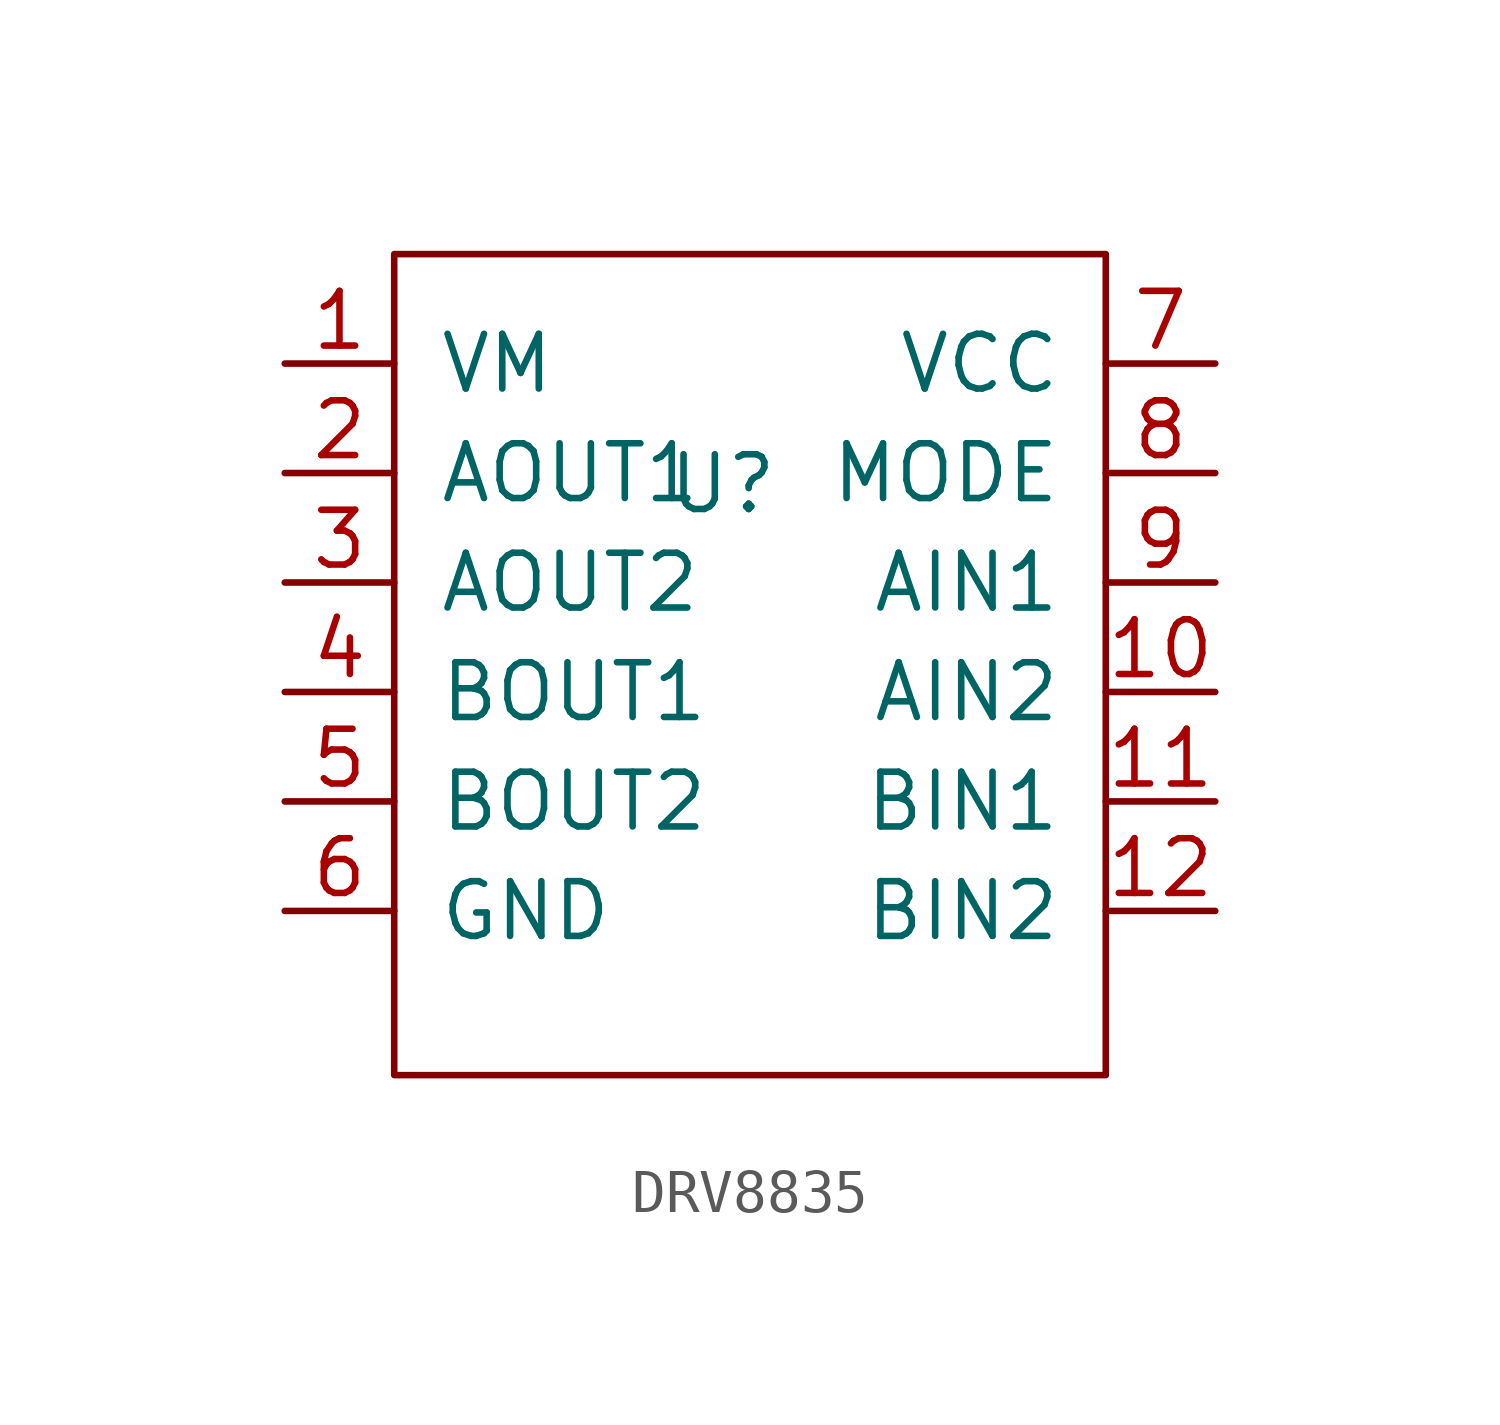
<source format=kicad_sym>
(kicad_symbol_lib
  (version 20231120)
  (generator "kicad_symbol_editor")
  (generator_version "8.0")
  (symbol "DRV8835"
    (pin_names
      (offset 1.016))
    (property "Reference" "U"
      (at 0 2.286 0)
      (effects (font (size 1.27 1.27))))
    (property "Value" ""
      (at 0 0 0)
      (effects (font (size 1.27 1.27))))
    (symbol "DRV8835_0_1"
      (rectangle (start -7.62 7.62) (end 8.89 -11.43) (stroke (width 0) (type default)) (fill (type none))))
    (symbol "DRV8835_1_1"
      (pin input line (at -10.16 5.08 0) (length 2.54) (name "VM" (effects (font (size 1.27 1.27)))) (number "1" (effects (font (size 1.27 1.27)))))
      (pin input line (at 11.43 -2.54 180) (length 2.54) (name "AIN2" (effects (font (size 1.27 1.27)))) (number "10" (effects (font (size 1.27 1.27)))))
      (pin input line (at 11.43 -5.08 180) (length 2.54) (name "BIN1" (effects (font (size 1.27 1.27)))) (number "11" (effects (font (size 1.27 1.27)))))
      (pin input line (at 11.43 -7.62 180) (length 2.54) (name "BIN2" (effects (font (size 1.27 1.27)))) (number "12" (effects (font (size 1.27 1.27)))))
      (pin input line (at -10.16 2.54 0) (length 2.54) (name "AOUT1" (effects (font (size 1.27 1.27)))) (number "2" (effects (font (size 1.27 1.27)))))
      (pin input line (at -10.16 0 0) (length 2.54) (name "AOUT2" (effects (font (size 1.27 1.27)))) (number "3" (effects (font (size 1.27 1.27)))))
      (pin input line (at -10.16 -2.54 0) (length 2.54) (name "BOUT1" (effects (font (size 1.27 1.27)))) (number "4" (effects (font (size 1.27 1.27)))))
      (pin input line (at -10.16 -5.08 0) (length 2.54) (name "BOUT2" (effects (font (size 1.27 1.27)))) (number "5" (effects (font (size 1.27 1.27)))))
      (pin input line (at -10.16 -7.62 0) (length 2.54) (name "GND" (effects (font (size 1.27 1.27)))) (number "6" (effects (font (size 1.27 1.27)))))
      (pin input line (at 11.43 5.08 180) (length 2.54) (name "VCC" (effects (font (size 1.27 1.27)))) (number "7" (effects (font (size 1.27 1.27)))))
      (pin input line (at 11.43 2.54 180) (length 2.54) (name "MODE" (effects (font (size 1.27 1.27)))) (number "8" (effects (font (size 1.27 1.27)))))
      (pin input line (at 11.43 0 180) (length 2.54) (name "AIN1" (effects (font (size 1.27 1.27)))) (number "9" (effects (font (size 1.27 1.27))))))))
</source>
